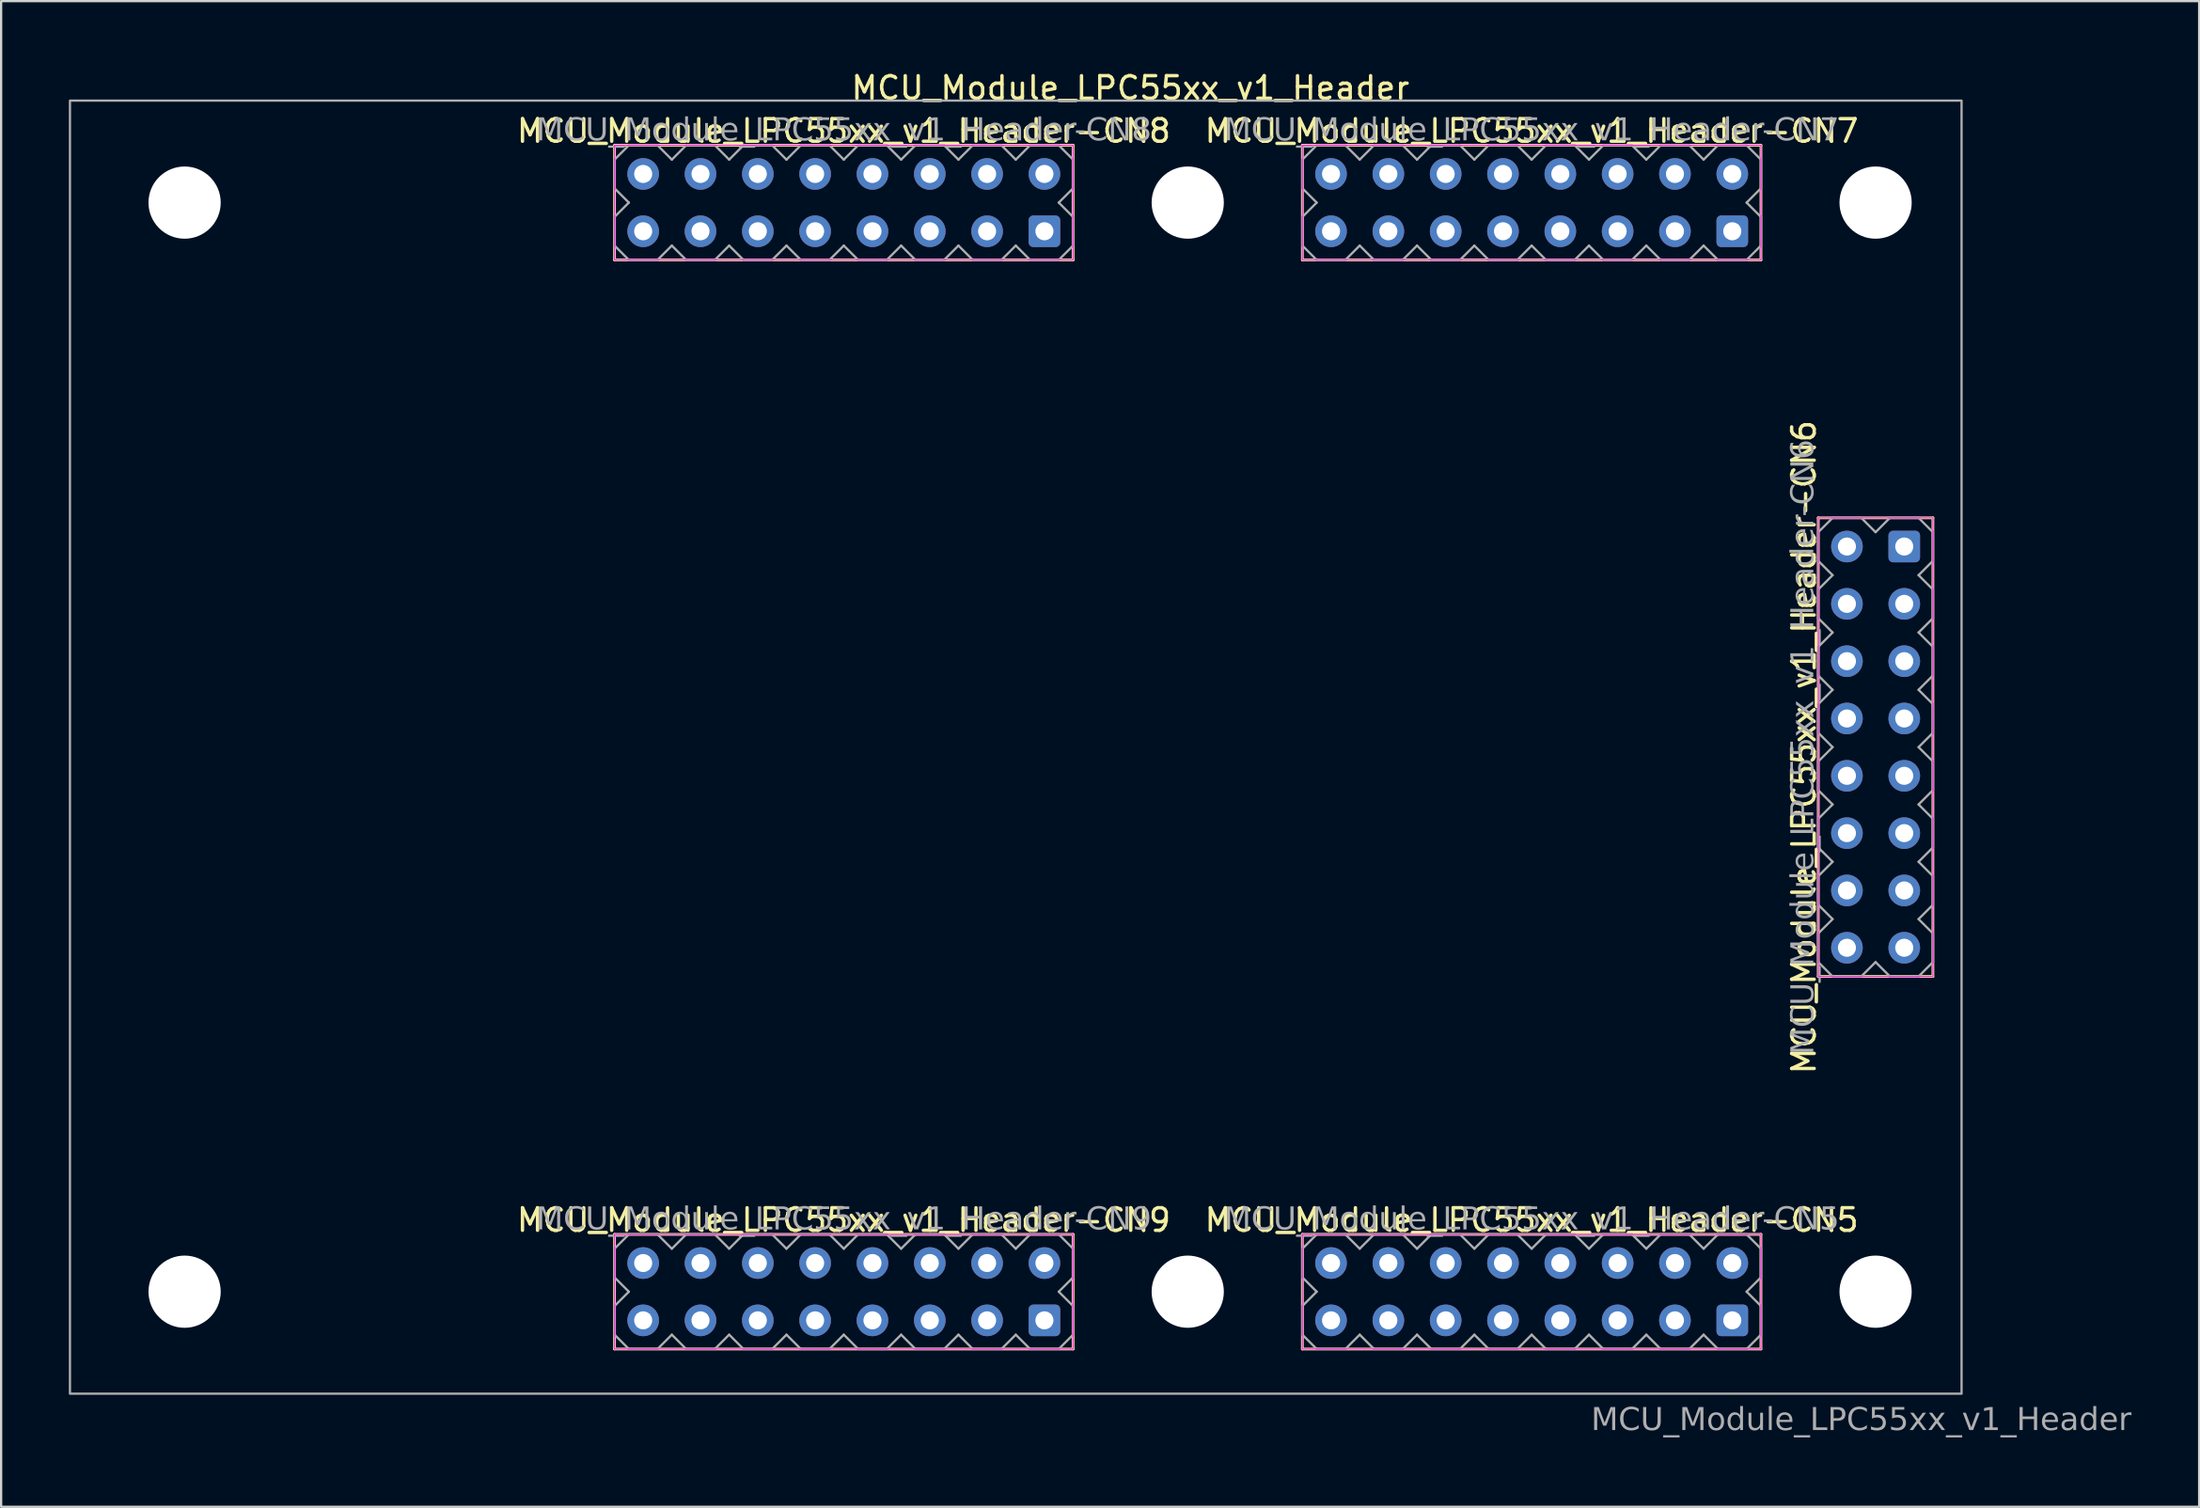
<source format=kicad_pcb>
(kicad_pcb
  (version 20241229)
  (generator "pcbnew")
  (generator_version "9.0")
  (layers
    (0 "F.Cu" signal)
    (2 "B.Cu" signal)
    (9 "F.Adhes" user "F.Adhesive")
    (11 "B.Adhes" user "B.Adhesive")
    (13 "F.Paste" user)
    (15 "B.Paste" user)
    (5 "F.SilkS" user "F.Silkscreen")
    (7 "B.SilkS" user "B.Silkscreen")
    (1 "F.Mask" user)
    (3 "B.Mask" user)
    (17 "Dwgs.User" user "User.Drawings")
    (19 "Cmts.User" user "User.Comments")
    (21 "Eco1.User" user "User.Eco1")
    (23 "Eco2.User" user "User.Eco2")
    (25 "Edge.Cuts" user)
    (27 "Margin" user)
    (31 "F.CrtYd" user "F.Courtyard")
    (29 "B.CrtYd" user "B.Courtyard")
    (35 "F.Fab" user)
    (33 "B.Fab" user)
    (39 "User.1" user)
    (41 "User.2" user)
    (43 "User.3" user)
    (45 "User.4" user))
  (footprint "MCU_Module_LPC55xx_v1_Header"
    (layer "F.Cu")
    (at 49.58 30.058)
    (property "Reference" "MCU_Module_LPC55xx_v1_Header" (at -2.54 -29.21 0) (layer "F.SilkS") (effects (font (size 1 1) (thickness 0.15))))
    (attr through_hole allow_missing_courtyard)
    (fp_line (start -25.4 -26.67) (end -25.4 -21.59) (stroke (width 0.12) (type solid)) (layer "F.SilkS"))
    (fp_line (start -25.4 -26.67) (end -5.08 -26.67) (stroke (width 0.12) (type solid)) (layer "F.SilkS"))
    (fp_line (start -25.4 -21.59) (end -5.08 -21.59) (stroke (width 0.12) (type solid)) (layer "F.SilkS"))
    (fp_line (start -25.4 21.59) (end -25.4 26.67) (stroke (width 0.12) (type solid)) (layer "F.SilkS"))
    (fp_line (start -25.4 21.59) (end -5.08 21.59) (stroke (width 0.12) (type solid)) (layer "F.SilkS"))
    (fp_line (start -25.4 26.67) (end -5.08 26.67) (stroke (width 0.12) (type solid)) (layer "F.SilkS"))
    (fp_line (start -5.08 -26.67) (end -5.08 -21.59) (stroke (width 0.12) (type solid)) (layer "F.SilkS"))
    (fp_line (start -5.08 21.59) (end -5.08 26.67) (stroke (width 0.12) (type solid)) (layer "F.SilkS"))
    (fp_line (start 5.08 -26.67) (end 5.08 -21.59) (stroke (width 0.12) (type solid)) (layer "F.SilkS"))
    (fp_line (start 5.08 -26.67) (end 25.4 -26.67) (stroke (width 0.12) (type solid)) (layer "F.SilkS"))
    (fp_line (start 5.08 -21.59) (end 25.4 -21.59) (stroke (width 0.12) (type solid)) (layer "F.SilkS"))
    (fp_line (start 5.08 21.59) (end 5.08 26.67) (stroke (width 0.12) (type solid)) (layer "F.SilkS"))
    (fp_line (start 5.08 21.59) (end 25.4 21.59) (stroke (width 0.12) (type solid)) (layer "F.SilkS"))
    (fp_line (start 5.08 26.67) (end 25.4 26.67) (stroke (width 0.12) (type solid)) (layer "F.SilkS"))
    (fp_line (start 25.4 -26.67) (end 25.4 -21.59) (stroke (width 0.12) (type solid)) (layer "F.SilkS"))
    (fp_line (start 25.4 21.59) (end 25.4 26.67) (stroke (width 0.12) (type solid)) (layer "F.SilkS"))
    (fp_line (start 27.94 -10.16) (end 33.02 -10.16) (stroke (width 0.12) (type solid)) (layer "F.SilkS"))
    (fp_line (start 27.94 10.16) (end 27.94 -10.16) (stroke (width 0.12) (type solid)) (layer "F.SilkS"))
    (fp_line (start 27.94 10.16) (end 33.02 10.16) (stroke (width 0.12) (type solid)) (layer "F.SilkS"))
    (fp_line (start 33.02 10.16) (end 33.02 -10.16) (stroke (width 0.12) (type solid)) (layer "F.SilkS"))
    (fp_line (start -25.4 -26.67) (end -25.4 -21.59) (stroke (width 0.05) (type solid)) (layer "F.CrtYd"))
    (fp_line (start -25.4 -26.67) (end -5.08 -26.67) (stroke (width 0.05) (type solid)) (layer "F.CrtYd"))
    (fp_line (start -25.4 -21.59) (end -5.08 -21.59) (stroke (width 0.05) (type solid)) (layer "F.CrtYd"))
    (fp_line (start -25.4 21.59) (end -25.4 26.67) (stroke (width 0.05) (type solid)) (layer "F.CrtYd"))
    (fp_line (start -25.4 21.59) (end -5.08 21.59) (stroke (width 0.05) (type solid)) (layer "F.CrtYd"))
    (fp_line (start -25.4 26.67) (end -5.08 26.67) (stroke (width 0.05) (type solid)) (layer "F.CrtYd"))
    (fp_line (start -5.08 -26.67) (end -5.08 -21.59) (stroke (width 0.05) (type solid)) (layer "F.CrtYd"))
    (fp_line (start -5.08 21.59) (end -5.08 26.67) (stroke (width 0.05) (type solid)) (layer "F.CrtYd"))
    (fp_line (start 5.08 -26.67) (end 5.08 -21.59) (stroke (width 0.05) (type solid)) (layer "F.CrtYd"))
    (fp_line (start 5.08 -26.67) (end 25.4 -26.67) (stroke (width 0.05) (type solid)) (layer "F.CrtYd"))
    (fp_line (start 5.08 -21.59) (end 25.4 -21.59) (stroke (width 0.05) (type solid)) (layer "F.CrtYd"))
    (fp_line (start 5.08 21.59) (end 5.08 26.67) (stroke (width 0.05) (type solid)) (layer "F.CrtYd"))
    (fp_line (start 5.08 21.59) (end 25.4 21.59) (stroke (width 0.05) (type solid)) (layer "F.CrtYd"))
    (fp_line (start 5.08 26.67) (end 25.4 26.67) (stroke (width 0.05) (type solid)) (layer "F.CrtYd"))
    (fp_line (start 25.4 -26.67) (end 25.4 -21.59) (stroke (width 0.05) (type solid)) (layer "F.CrtYd"))
    (fp_line (start 25.4 21.59) (end 25.4 26.67) (stroke (width 0.05) (type solid)) (layer "F.CrtYd"))
    (fp_line (start 27.94 -10.16) (end 33.02 -10.16) (stroke (width 0.05) (type solid)) (layer "F.CrtYd"))
    (fp_line (start 27.94 10.16) (end 27.94 -10.16) (stroke (width 0.05) (type solid)) (layer "F.CrtYd"))
    (fp_line (start 27.94 10.16) (end 33.02 10.16) (stroke (width 0.05) (type solid)) (layer "F.CrtYd"))
    (fp_line (start 33.02 10.16) (end 33.02 -10.16) (stroke (width 0.05) (type solid)) (layer "F.CrtYd"))
    (fp_line (start -25.4 -26.035) (end -24.765 -26.67) (stroke (width 0.1) (type solid)) (layer "F.Fab"))
    (fp_line (start -25.4 -24.765) (end -25.4 -26.035) (stroke (width 0.1) (type solid)) (layer "F.Fab"))
    (fp_line (start -25.4 -23.495) (end -24.765 -24.13) (stroke (width 0.1) (type solid)) (layer "F.Fab"))
    (fp_line (start -25.4 -22.225) (end -25.4 -23.495) (stroke (width 0.1) (type solid)) (layer "F.Fab"))
    (fp_line (start -25.4 22.225) (end -24.765 21.59) (stroke (width 0.1) (type solid)) (layer "F.Fab"))
    (fp_line (start -25.4 23.495) (end -25.4 22.225) (stroke (width 0.1) (type solid)) (layer "F.Fab"))
    (fp_line (start -25.4 24.765) (end -24.765 24.13) (stroke (width 0.1) (type solid)) (layer "F.Fab"))
    (fp_line (start -25.4 26.035) (end -25.4 24.765) (stroke (width 0.1) (type solid)) (layer "F.Fab"))
    (fp_line (start -24.765 -26.67) (end -23.495 -26.67) (stroke (width 0.1) (type solid)) (layer "F.Fab"))
    (fp_line (start -24.765 -24.13) (end -25.4 -24.765) (stroke (width 0.1) (type solid)) (layer "F.Fab"))
    (fp_line (start -24.765 -21.59) (end -25.4 -22.225) (stroke (width 0.1) (type solid)) (layer "F.Fab"))
    (fp_line (start -24.765 21.59) (end -23.495 21.59) (stroke (width 0.1) (type solid)) (layer "F.Fab"))
    (fp_line (start -24.765 24.13) (end -25.4 23.495) (stroke (width 0.1) (type solid)) (layer "F.Fab"))
    (fp_line (start -24.765 26.67) (end -25.4 26.035) (stroke (width 0.1) (type solid)) (layer "F.Fab"))
    (fp_line (start -23.495 -26.67) (end -22.86 -26.035) (stroke (width 0.1) (type solid)) (layer "F.Fab"))
    (fp_line (start -23.495 -21.59) (end -24.765 -21.59) (stroke (width 0.1) (type solid)) (layer "F.Fab"))
    (fp_line (start -23.495 21.59) (end -22.86 22.225) (stroke (width 0.1) (type solid)) (layer "F.Fab"))
    (fp_line (start -23.495 26.67) (end -24.765 26.67) (stroke (width 0.1) (type solid)) (layer "F.Fab"))
    (fp_line (start -22.86 -26.035) (end -22.225 -26.67) (stroke (width 0.1) (type solid)) (layer "F.Fab"))
    (fp_line (start -22.86 -22.225) (end -23.495 -21.59) (stroke (width 0.1) (type solid)) (layer "F.Fab"))
    (fp_line (start -22.86 22.225) (end -22.225 21.59) (stroke (width 0.1) (type solid)) (layer "F.Fab"))
    (fp_line (start -22.86 26.035) (end -23.495 26.67) (stroke (width 0.1) (type solid)) (layer "F.Fab"))
    (fp_line (start -22.225 -26.67) (end -20.955 -26.67) (stroke (width 0.1) (type solid)) (layer "F.Fab"))
    (fp_line (start -22.225 -21.59) (end -22.86 -22.225) (stroke (width 0.1) (type solid)) (layer "F.Fab"))
    (fp_line (start -22.225 21.59) (end -20.955 21.59) (stroke (width 0.1) (type solid)) (layer "F.Fab"))
    (fp_line (start -22.225 26.67) (end -22.86 26.035) (stroke (width 0.1) (type solid)) (layer "F.Fab"))
    (fp_line (start -20.955 -26.67) (end -20.32 -26.035) (stroke (width 0.1) (type solid)) (layer "F.Fab"))
    (fp_line (start -20.955 -21.59) (end -22.225 -21.59) (stroke (width 0.1) (type solid)) (layer "F.Fab"))
    (fp_line (start -20.955 21.59) (end -20.32 22.225) (stroke (width 0.1) (type solid)) (layer "F.Fab"))
    (fp_line (start -20.955 26.67) (end -22.225 26.67) (stroke (width 0.1) (type solid)) (layer "F.Fab"))
    (fp_line (start -20.32 -26.035) (end -19.685 -26.67) (stroke (width 0.1) (type solid)) (layer "F.Fab"))
    (fp_line (start -20.32 -22.225) (end -20.955 -21.59) (stroke (width 0.1) (type solid)) (layer "F.Fab"))
    (fp_line (start -20.32 22.225) (end -19.685 21.59) (stroke (width 0.1) (type solid)) (layer "F.Fab"))
    (fp_line (start -20.32 26.035) (end -20.955 26.67) (stroke (width 0.1) (type solid)) (layer "F.Fab"))
    (fp_line (start -19.685 -26.67) (end -18.415 -26.67) (stroke (width 0.1) (type solid)) (layer "F.Fab"))
    (fp_line (start -19.685 -21.59) (end -20.32 -22.225) (stroke (width 0.1) (type solid)) (layer "F.Fab"))
    (fp_line (start -19.685 21.59) (end -18.415 21.59) (stroke (width 0.1) (type solid)) (layer "F.Fab"))
    (fp_line (start -19.685 26.67) (end -20.32 26.035) (stroke (width 0.1) (type solid)) (layer "F.Fab"))
    (fp_line (start -18.415 -26.67) (end -17.78 -26.035) (stroke (width 0.1) (type solid)) (layer "F.Fab"))
    (fp_line (start -18.415 -21.59) (end -19.685 -21.59) (stroke (width 0.1) (type solid)) (layer "F.Fab"))
    (fp_line (start -18.415 21.59) (end -17.78 22.225) (stroke (width 0.1) (type solid)) (layer "F.Fab"))
    (fp_line (start -18.415 26.67) (end -19.685 26.67) (stroke (width 0.1) (type solid)) (layer "F.Fab"))
    (fp_line (start -17.78 -26.035) (end -17.145 -26.67) (stroke (width 0.1) (type solid)) (layer "F.Fab"))
    (fp_line (start -17.78 -22.225) (end -18.415 -21.59) (stroke (width 0.1) (type solid)) (layer "F.Fab"))
    (fp_line (start -17.78 22.225) (end -17.145 21.59) (stroke (width 0.1) (type solid)) (layer "F.Fab"))
    (fp_line (start -17.78 26.035) (end -18.415 26.67) (stroke (width 0.1) (type solid)) (layer "F.Fab"))
    (fp_line (start -17.145 -26.67) (end -15.875 -26.67) (stroke (width 0.1) (type solid)) (layer "F.Fab"))
    (fp_line (start -17.145 -21.59) (end -17.78 -22.225) (stroke (width 0.1) (type solid)) (layer "F.Fab"))
    (fp_line (start -17.145 21.59) (end -15.875 21.59) (stroke (width 0.1) (type solid)) (layer "F.Fab"))
    (fp_line (start -17.145 26.67) (end -17.78 26.035) (stroke (width 0.1) (type solid)) (layer "F.Fab"))
    (fp_line (start -15.875 -26.67) (end -15.24 -26.035) (stroke (width 0.1) (type solid)) (layer "F.Fab"))
    (fp_line (start -15.875 -21.59) (end -17.145 -21.59) (stroke (width 0.1) (type solid)) (layer "F.Fab"))
    (fp_line (start -15.875 21.59) (end -15.24 22.225) (stroke (width 0.1) (type solid)) (layer "F.Fab"))
    (fp_line (start -15.875 26.67) (end -17.145 26.67) (stroke (width 0.1) (type solid)) (layer "F.Fab"))
    (fp_line (start -15.24 -26.035) (end -14.605 -26.67) (stroke (width 0.1) (type solid)) (layer "F.Fab"))
    (fp_line (start -15.24 -22.225) (end -15.875 -21.59) (stroke (width 0.1) (type solid)) (layer "F.Fab"))
    (fp_line (start -15.24 22.225) (end -14.605 21.59) (stroke (width 0.1) (type solid)) (layer "F.Fab"))
    (fp_line (start -15.24 26.035) (end -15.875 26.67) (stroke (width 0.1) (type solid)) (layer "F.Fab"))
    (fp_line (start -14.605 -26.67) (end -13.335 -26.67) (stroke (width 0.1) (type solid)) (layer "F.Fab"))
    (fp_line (start -14.605 -21.59) (end -15.24 -22.225) (stroke (width 0.1) (type solid)) (layer "F.Fab"))
    (fp_line (start -14.605 21.59) (end -13.335 21.59) (stroke (width 0.1) (type solid)) (layer "F.Fab"))
    (fp_line (start -14.605 26.67) (end -15.24 26.035) (stroke (width 0.1) (type solid)) (layer "F.Fab"))
    (fp_line (start -13.335 -26.67) (end -12.7 -26.035) (stroke (width 0.1) (type solid)) (layer "F.Fab"))
    (fp_line (start -13.335 -21.59) (end -14.605 -21.59) (stroke (width 0.1) (type solid)) (layer "F.Fab"))
    (fp_line (start -13.335 21.59) (end -12.7 22.225) (stroke (width 0.1) (type solid)) (layer "F.Fab"))
    (fp_line (start -13.335 26.67) (end -14.605 26.67) (stroke (width 0.1) (type solid)) (layer "F.Fab"))
    (fp_line (start -12.7 -26.035) (end -12.065 -26.67) (stroke (width 0.1) (type solid)) (layer "F.Fab"))
    (fp_line (start -12.7 -22.225) (end -13.335 -21.59) (stroke (width 0.1) (type solid)) (layer "F.Fab"))
    (fp_line (start -12.7 22.225) (end -12.065 21.59) (stroke (width 0.1) (type solid)) (layer "F.Fab"))
    (fp_line (start -12.7 26.035) (end -13.335 26.67) (stroke (width 0.1) (type solid)) (layer "F.Fab"))
    (fp_line (start -12.065 -26.67) (end -10.795 -26.67) (stroke (width 0.1) (type solid)) (layer "F.Fab"))
    (fp_line (start -12.065 -21.59) (end -12.7 -22.225) (stroke (width 0.1) (type solid)) (layer "F.Fab"))
    (fp_line (start -12.065 21.59) (end -10.795 21.59) (stroke (width 0.1) (type solid)) (layer "F.Fab"))
    (fp_line (start -12.065 26.67) (end -12.7 26.035) (stroke (width 0.1) (type solid)) (layer "F.Fab"))
    (fp_line (start -10.795 -26.67) (end -10.16 -26.035) (stroke (width 0.1) (type solid)) (layer "F.Fab"))
    (fp_line (start -10.795 -21.59) (end -12.065 -21.59) (stroke (width 0.1) (type solid)) (layer "F.Fab"))
    (fp_line (start -10.795 21.59) (end -10.16 22.225) (stroke (width 0.1) (type solid)) (layer "F.Fab"))
    (fp_line (start -10.795 26.67) (end -12.065 26.67) (stroke (width 0.1) (type solid)) (layer "F.Fab"))
    (fp_line (start -10.16 -26.035) (end -9.525 -26.67) (stroke (width 0.1) (type solid)) (layer "F.Fab"))
    (fp_line (start -10.16 -22.225) (end -10.795 -21.59) (stroke (width 0.1) (type solid)) (layer "F.Fab"))
    (fp_line (start -10.16 22.225) (end -9.525 21.59) (stroke (width 0.1) (type solid)) (layer "F.Fab"))
    (fp_line (start -10.16 26.035) (end -10.795 26.67) (stroke (width 0.1) (type solid)) (layer "F.Fab"))
    (fp_line (start -9.525 -26.67) (end -8.255 -26.67) (stroke (width 0.1) (type solid)) (layer "F.Fab"))
    (fp_line (start -9.525 -21.59) (end -10.16 -22.225) (stroke (width 0.1) (type solid)) (layer "F.Fab"))
    (fp_line (start -9.525 21.59) (end -8.255 21.59) (stroke (width 0.1) (type solid)) (layer "F.Fab"))
    (fp_line (start -9.525 26.67) (end -10.16 26.035) (stroke (width 0.1) (type solid)) (layer "F.Fab"))
    (fp_line (start -8.255 -26.67) (end -7.62 -26.035) (stroke (width 0.1) (type solid)) (layer "F.Fab"))
    (fp_line (start -8.255 -21.59) (end -9.525 -21.59) (stroke (width 0.1) (type solid)) (layer "F.Fab"))
    (fp_line (start -8.255 21.59) (end -7.62 22.225) (stroke (width 0.1) (type solid)) (layer "F.Fab"))
    (fp_line (start -8.255 26.67) (end -9.525 26.67) (stroke (width 0.1) (type solid)) (layer "F.Fab"))
    (fp_line (start -7.62 -26.035) (end -6.985 -26.67) (stroke (width 0.1) (type solid)) (layer "F.Fab"))
    (fp_line (start -7.62 -22.225) (end -8.255 -21.59) (stroke (width 0.1) (type solid)) (layer "F.Fab"))
    (fp_line (start -7.62 22.225) (end -6.985 21.59) (stroke (width 0.1) (type solid)) (layer "F.Fab"))
    (fp_line (start -7.62 26.035) (end -8.255 26.67) (stroke (width 0.1) (type solid)) (layer "F.Fab"))
    (fp_line (start -6.985 -26.67) (end -5.715 -26.67) (stroke (width 0.1) (type solid)) (layer "F.Fab"))
    (fp_line (start -6.985 -21.59) (end -7.62 -22.225) (stroke (width 0.1) (type solid)) (layer "F.Fab"))
    (fp_line (start -6.985 21.59) (end -5.715 21.59) (stroke (width 0.1) (type solid)) (layer "F.Fab"))
    (fp_line (start -6.985 26.67) (end -7.62 26.035) (stroke (width 0.1) (type solid)) (layer "F.Fab"))
    (fp_line (start -5.715 -26.67) (end -5.08 -26.035) (stroke (width 0.1) (type solid)) (layer "F.Fab"))
    (fp_line (start -5.715 -24.13) (end -5.08 -23.495) (stroke (width 0.1) (type solid)) (layer "F.Fab"))
    (fp_line (start -5.715 -21.59) (end -6.985 -21.59) (stroke (width 0.1) (type solid)) (layer "F.Fab"))
    (fp_line (start -5.715 21.59) (end -5.08 22.225) (stroke (width 0.1) (type solid)) (layer "F.Fab"))
    (fp_line (start -5.715 24.13) (end -5.08 24.765) (stroke (width 0.1) (type solid)) (layer "F.Fab"))
    (fp_line (start -5.715 26.67) (end -6.985 26.67) (stroke (width 0.1) (type solid)) (layer "F.Fab"))
    (fp_line (start -5.08 -26.035) (end -5.08 -24.765) (stroke (width 0.1) (type solid)) (layer "F.Fab"))
    (fp_line (start -5.08 -24.765) (end -5.715 -24.13) (stroke (width 0.1) (type solid)) (layer "F.Fab"))
    (fp_line (start -5.08 -22.225) (end -5.715 -21.59) (stroke (width 0.1) (type solid)) (layer "F.Fab"))
    (fp_line (start -5.08 -22.225) (end -5.08 -23.495) (stroke (width 0.1) (type solid)) (layer "F.Fab"))
    (fp_line (start -5.08 22.225) (end -5.08 23.495) (stroke (width 0.1) (type solid)) (layer "F.Fab"))
    (fp_line (start -5.08 23.495) (end -5.715 24.13) (stroke (width 0.1) (type solid)) (layer "F.Fab"))
    (fp_line (start -5.08 26.035) (end -5.715 26.67) (stroke (width 0.1) (type solid)) (layer "F.Fab"))
    (fp_line (start -5.08 26.035) (end -5.08 24.765) (stroke (width 0.1) (type solid)) (layer "F.Fab"))
    (fp_line (start 5.08 -26.035) (end 5.715 -26.67) (stroke (width 0.1) (type solid)) (layer "F.Fab"))
    (fp_line (start 5.08 -24.765) (end 5.08 -26.035) (stroke (width 0.1) (type solid)) (layer "F.Fab"))
    (fp_line (start 5.08 -23.495) (end 5.715 -24.13) (stroke (width 0.1) (type solid)) (layer "F.Fab"))
    (fp_line (start 5.08 -22.225) (end 5.08 -23.495) (stroke (width 0.1) (type solid)) (layer "F.Fab"))
    (fp_line (start 5.08 22.225) (end 5.715 21.59) (stroke (width 0.1) (type solid)) (layer "F.Fab"))
    (fp_line (start 5.08 23.495) (end 5.08 22.225) (stroke (width 0.1) (type solid)) (layer "F.Fab"))
    (fp_line (start 5.08 24.765) (end 5.715 24.13) (stroke (width 0.1) (type solid)) (layer "F.Fab"))
    (fp_line (start 5.08 26.035) (end 5.08 24.765) (stroke (width 0.1) (type solid)) (layer "F.Fab"))
    (fp_line (start 5.715 -26.67) (end 6.985 -26.67) (stroke (width 0.1) (type solid)) (layer "F.Fab"))
    (fp_line (start 5.715 -24.13) (end 5.08 -24.765) (stroke (width 0.1) (type solid)) (layer "F.Fab"))
    (fp_line (start 5.715 -21.59) (end 5.08 -22.225) (stroke (width 0.1) (type solid)) (layer "F.Fab"))
    (fp_line (start 5.715 21.59) (end 6.985 21.59) (stroke (width 0.1) (type solid)) (layer "F.Fab"))
    (fp_line (start 5.715 24.13) (end 5.08 23.495) (stroke (width 0.1) (type solid)) (layer "F.Fab"))
    (fp_line (start 5.715 26.67) (end 5.08 26.035) (stroke (width 0.1) (type solid)) (layer "F.Fab"))
    (fp_line (start 6.985 -26.67) (end 7.62 -26.035) (stroke (width 0.1) (type solid)) (layer "F.Fab"))
    (fp_line (start 6.985 -21.59) (end 5.715 -21.59) (stroke (width 0.1) (type solid)) (layer "F.Fab"))
    (fp_line (start 6.985 21.59) (end 7.62 22.225) (stroke (width 0.1) (type solid)) (layer "F.Fab"))
    (fp_line (start 6.985 26.67) (end 5.715 26.67) (stroke (width 0.1) (type solid)) (layer "F.Fab"))
    (fp_line (start 7.62 -26.035) (end 8.255 -26.67) (stroke (width 0.1) (type solid)) (layer "F.Fab"))
    (fp_line (start 7.62 -22.225) (end 6.985 -21.59) (stroke (width 0.1) (type solid)) (layer "F.Fab"))
    (fp_line (start 7.62 22.225) (end 8.255 21.59) (stroke (width 0.1) (type solid)) (layer "F.Fab"))
    (fp_line (start 7.62 26.035) (end 6.985 26.67) (stroke (width 0.1) (type solid)) (layer "F.Fab"))
    (fp_line (start 8.255 -26.67) (end 9.525 -26.67) (stroke (width 0.1) (type solid)) (layer "F.Fab"))
    (fp_line (start 8.255 -21.59) (end 7.62 -22.225) (stroke (width 0.1) (type solid)) (layer "F.Fab"))
    (fp_line (start 8.255 21.59) (end 9.525 21.59) (stroke (width 0.1) (type solid)) (layer "F.Fab"))
    (fp_line (start 8.255 26.67) (end 7.62 26.035) (stroke (width 0.1) (type solid)) (layer "F.Fab"))
    (fp_line (start 9.525 -26.67) (end 10.16 -26.035) (stroke (width 0.1) (type solid)) (layer "F.Fab"))
    (fp_line (start 9.525 -21.59) (end 8.255 -21.59) (stroke (width 0.1) (type solid)) (layer "F.Fab"))
    (fp_line (start 9.525 21.59) (end 10.16 22.225) (stroke (width 0.1) (type solid)) (layer "F.Fab"))
    (fp_line (start 9.525 26.67) (end 8.255 26.67) (stroke (width 0.1) (type solid)) (layer "F.Fab"))
    (fp_line (start 10.16 -26.035) (end 10.795 -26.67) (stroke (width 0.1) (type solid)) (layer "F.Fab"))
    (fp_line (start 10.16 -22.225) (end 9.525 -21.59) (stroke (width 0.1) (type solid)) (layer "F.Fab"))
    (fp_line (start 10.16 22.225) (end 10.795 21.59) (stroke (width 0.1) (type solid)) (layer "F.Fab"))
    (fp_line (start 10.16 26.035) (end 9.525 26.67) (stroke (width 0.1) (type solid)) (layer "F.Fab"))
    (fp_line (start 10.795 -26.67) (end 12.065 -26.67) (stroke (width 0.1) (type solid)) (layer "F.Fab"))
    (fp_line (start 10.795 -21.59) (end 10.16 -22.225) (stroke (width 0.1) (type solid)) (layer "F.Fab"))
    (fp_line (start 10.795 21.59) (end 12.065 21.59) (stroke (width 0.1) (type solid)) (layer "F.Fab"))
    (fp_line (start 10.795 26.67) (end 10.16 26.035) (stroke (width 0.1) (type solid)) (layer "F.Fab"))
    (fp_line (start 12.065 -26.67) (end 12.7 -26.035) (stroke (width 0.1) (type solid)) (layer "F.Fab"))
    (fp_line (start 12.065 -21.59) (end 10.795 -21.59) (stroke (width 0.1) (type solid)) (layer "F.Fab"))
    (fp_line (start 12.065 21.59) (end 12.7 22.225) (stroke (width 0.1) (type solid)) (layer "F.Fab"))
    (fp_line (start 12.065 26.67) (end 10.795 26.67) (stroke (width 0.1) (type solid)) (layer "F.Fab"))
    (fp_line (start 12.7 -26.035) (end 13.335 -26.67) (stroke (width 0.1) (type solid)) (layer "F.Fab"))
    (fp_line (start 12.7 -22.225) (end 12.065 -21.59) (stroke (width 0.1) (type solid)) (layer "F.Fab"))
    (fp_line (start 12.7 22.225) (end 13.335 21.59) (stroke (width 0.1) (type solid)) (layer "F.Fab"))
    (fp_line (start 12.7 26.035) (end 12.065 26.67) (stroke (width 0.1) (type solid)) (layer "F.Fab"))
    (fp_line (start 13.335 -26.67) (end 14.605 -26.67) (stroke (width 0.1) (type solid)) (layer "F.Fab"))
    (fp_line (start 13.335 -21.59) (end 12.7 -22.225) (stroke (width 0.1) (type solid)) (layer "F.Fab"))
    (fp_line (start 13.335 21.59) (end 14.605 21.59) (stroke (width 0.1) (type solid)) (layer "F.Fab"))
    (fp_line (start 13.335 26.67) (end 12.7 26.035) (stroke (width 0.1) (type solid)) (layer "F.Fab"))
    (fp_line (start 14.605 -26.67) (end 15.24 -26.035) (stroke (width 0.1) (type solid)) (layer "F.Fab"))
    (fp_line (start 14.605 -21.59) (end 13.335 -21.59) (stroke (width 0.1) (type solid)) (layer "F.Fab"))
    (fp_line (start 14.605 21.59) (end 15.24 22.225) (stroke (width 0.1) (type solid)) (layer "F.Fab"))
    (fp_line (start 14.605 26.67) (end 13.335 26.67) (stroke (width 0.1) (type solid)) (layer "F.Fab"))
    (fp_line (start 15.24 -26.035) (end 15.875 -26.67) (stroke (width 0.1) (type solid)) (layer "F.Fab"))
    (fp_line (start 15.24 -22.225) (end 14.605 -21.59) (stroke (width 0.1) (type solid)) (layer "F.Fab"))
    (fp_line (start 15.24 22.225) (end 15.875 21.59) (stroke (width 0.1) (type solid)) (layer "F.Fab"))
    (fp_line (start 15.24 26.035) (end 14.605 26.67) (stroke (width 0.1) (type solid)) (layer "F.Fab"))
    (fp_line (start 15.875 -26.67) (end 17.145 -26.67) (stroke (width 0.1) (type solid)) (layer "F.Fab"))
    (fp_line (start 15.875 -21.59) (end 15.24 -22.225) (stroke (width 0.1) (type solid)) (layer "F.Fab"))
    (fp_line (start 15.875 21.59) (end 17.145 21.59) (stroke (width 0.1) (type solid)) (layer "F.Fab"))
    (fp_line (start 15.875 26.67) (end 15.24 26.035) (stroke (width 0.1) (type solid)) (layer "F.Fab"))
    (fp_line (start 17.145 -26.67) (end 17.78 -26.035) (stroke (width 0.1) (type solid)) (layer "F.Fab"))
    (fp_line (start 17.145 -21.59) (end 15.875 -21.59) (stroke (width 0.1) (type solid)) (layer "F.Fab"))
    (fp_line (start 17.145 21.59) (end 17.78 22.225) (stroke (width 0.1) (type solid)) (layer "F.Fab"))
    (fp_line (start 17.145 26.67) (end 15.875 26.67) (stroke (width 0.1) (type solid)) (layer "F.Fab"))
    (fp_line (start 17.78 -26.035) (end 18.415 -26.67) (stroke (width 0.1) (type solid)) (layer "F.Fab"))
    (fp_line (start 17.78 -22.225) (end 17.145 -21.59) (stroke (width 0.1) (type solid)) (layer "F.Fab"))
    (fp_line (start 17.78 22.225) (end 18.415 21.59) (stroke (width 0.1) (type solid)) (layer "F.Fab"))
    (fp_line (start 17.78 26.035) (end 17.145 26.67) (stroke (width 0.1) (type solid)) (layer "F.Fab"))
    (fp_line (start 18.415 -26.67) (end 19.685 -26.67) (stroke (width 0.1) (type solid)) (layer "F.Fab"))
    (fp_line (start 18.415 -21.59) (end 17.78 -22.225) (stroke (width 0.1) (type solid)) (layer "F.Fab"))
    (fp_line (start 18.415 21.59) (end 19.685 21.59) (stroke (width 0.1) (type solid)) (layer "F.Fab"))
    (fp_line (start 18.415 26.67) (end 17.78 26.035) (stroke (width 0.1) (type solid)) (layer "F.Fab"))
    (fp_line (start 19.685 -26.67) (end 20.32 -26.035) (stroke (width 0.1) (type solid)) (layer "F.Fab"))
    (fp_line (start 19.685 -21.59) (end 18.415 -21.59) (stroke (width 0.1) (type solid)) (layer "F.Fab"))
    (fp_line (start 19.685 21.59) (end 20.32 22.225) (stroke (width 0.1) (type solid)) (layer "F.Fab"))
    (fp_line (start 19.685 26.67) (end 18.415 26.67) (stroke (width 0.1) (type solid)) (layer "F.Fab"))
    (fp_line (start 20.32 -26.035) (end 20.955 -26.67) (stroke (width 0.1) (type solid)) (layer "F.Fab"))
    (fp_line (start 20.32 -22.225) (end 19.685 -21.59) (stroke (width 0.1) (type solid)) (layer "F.Fab"))
    (fp_line (start 20.32 22.225) (end 20.955 21.59) (stroke (width 0.1) (type solid)) (layer "F.Fab"))
    (fp_line (start 20.32 26.035) (end 19.685 26.67) (stroke (width 0.1) (type solid)) (layer "F.Fab"))
    (fp_line (start 20.955 -26.67) (end 22.225 -26.67) (stroke (width 0.1) (type solid)) (layer "F.Fab"))
    (fp_line (start 20.955 -21.59) (end 20.32 -22.225) (stroke (width 0.1) (type solid)) (layer "F.Fab"))
    (fp_line (start 20.955 21.59) (end 22.225 21.59) (stroke (width 0.1) (type solid)) (layer "F.Fab"))
    (fp_line (start 20.955 26.67) (end 20.32 26.035) (stroke (width 0.1) (type solid)) (layer "F.Fab"))
    (fp_line (start 22.225 -26.67) (end 22.86 -26.035) (stroke (width 0.1) (type solid)) (layer "F.Fab"))
    (fp_line (start 22.225 -21.59) (end 20.955 -21.59) (stroke (width 0.1) (type solid)) (layer "F.Fab"))
    (fp_line (start 22.225 21.59) (end 22.86 22.225) (stroke (width 0.1) (type solid)) (layer "F.Fab"))
    (fp_line (start 22.225 26.67) (end 20.955 26.67) (stroke (width 0.1) (type solid)) (layer "F.Fab"))
    (fp_line (start 22.86 -26.035) (end 23.495 -26.67) (stroke (width 0.1) (type solid)) (layer "F.Fab"))
    (fp_line (start 22.86 -22.225) (end 22.225 -21.59) (stroke (width 0.1) (type solid)) (layer "F.Fab"))
    (fp_line (start 22.86 22.225) (end 23.495 21.59) (stroke (width 0.1) (type solid)) (layer "F.Fab"))
    (fp_line (start 22.86 26.035) (end 22.225 26.67) (stroke (width 0.1) (type solid)) (layer "F.Fab"))
    (fp_line (start 23.495 -26.67) (end 24.765 -26.67) (stroke (width 0.1) (type solid)) (layer "F.Fab"))
    (fp_line (start 23.495 -21.59) (end 22.86 -22.225) (stroke (width 0.1) (type solid)) (layer "F.Fab"))
    (fp_line (start 23.495 21.59) (end 24.765 21.59) (stroke (width 0.1) (type solid)) (layer "F.Fab"))
    (fp_line (start 23.495 26.67) (end 22.86 26.035) (stroke (width 0.1) (type solid)) (layer "F.Fab"))
    (fp_line (start 24.765 -26.67) (end 25.4 -26.035) (stroke (width 0.1) (type solid)) (layer "F.Fab"))
    (fp_line (start 24.765 -24.13) (end 25.4 -23.495) (stroke (width 0.1) (type solid)) (layer "F.Fab"))
    (fp_line (start 24.765 -21.59) (end 23.495 -21.59) (stroke (width 0.1) (type solid)) (layer "F.Fab"))
    (fp_line (start 24.765 21.59) (end 25.4 22.225) (stroke (width 0.1) (type solid)) (layer "F.Fab"))
    (fp_line (start 24.765 24.13) (end 25.4 24.765) (stroke (width 0.1) (type solid)) (layer "F.Fab"))
    (fp_line (start 24.765 26.67) (end 23.495 26.67) (stroke (width 0.1) (type solid)) (layer "F.Fab"))
    (fp_line (start 25.4 -26.035) (end 25.4 -24.765) (stroke (width 0.1) (type solid)) (layer "F.Fab"))
    (fp_line (start 25.4 -24.765) (end 24.765 -24.13) (stroke (width 0.1) (type solid)) (layer "F.Fab"))
    (fp_line (start 25.4 -22.225) (end 24.765 -21.59) (stroke (width 0.1) (type solid)) (layer "F.Fab"))
    (fp_line (start 25.4 -22.225) (end 25.4 -23.495) (stroke (width 0.1) (type solid)) (layer "F.Fab"))
    (fp_line (start 25.4 22.225) (end 25.4 23.495) (stroke (width 0.1) (type solid)) (layer "F.Fab"))
    (fp_line (start 25.4 23.495) (end 24.765 24.13) (stroke (width 0.1) (type solid)) (layer "F.Fab"))
    (fp_line (start 25.4 26.035) (end 24.765 26.67) (stroke (width 0.1) (type solid)) (layer "F.Fab"))
    (fp_line (start 25.4 26.035) (end 25.4 24.765) (stroke (width 0.1) (type solid)) (layer "F.Fab"))
    (fp_line (start 27.94 -9.525) (end 28.575 -10.16) (stroke (width 0.1) (type solid)) (layer "F.Fab"))
    (fp_line (start 27.94 -8.255) (end 27.94 -9.525) (stroke (width 0.1) (type solid)) (layer "F.Fab"))
    (fp_line (start 27.94 -6.985) (end 28.575 -7.62) (stroke (width 0.1) (type solid)) (layer "F.Fab"))
    (fp_line (start 27.94 -5.715) (end 27.94 -6.985) (stroke (width 0.1) (type solid)) (layer "F.Fab"))
    (fp_line (start 27.94 -4.445) (end 28.575 -5.08) (stroke (width 0.1) (type solid)) (layer "F.Fab"))
    (fp_line (start 27.94 -3.175) (end 27.94 -4.445) (stroke (width 0.1) (type solid)) (layer "F.Fab"))
    (fp_line (start 27.94 -1.905) (end 28.575 -2.54) (stroke (width 0.1) (type solid)) (layer "F.Fab"))
    (fp_line (start 27.94 -0.635) (end 27.94 -1.905) (stroke (width 0.1) (type solid)) (layer "F.Fab"))
    (fp_line (start 27.94 0.635) (end 28.575 0) (stroke (width 0.1) (type solid)) (layer "F.Fab"))
    (fp_line (start 27.94 1.905) (end 27.94 0.635) (stroke (width 0.1) (type solid)) (layer "F.Fab"))
    (fp_line (start 27.94 3.175) (end 28.575 2.54) (stroke (width 0.1) (type solid)) (layer "F.Fab"))
    (fp_line (start 27.94 4.445) (end 27.94 3.175) (stroke (width 0.1) (type solid)) (layer "F.Fab"))
    (fp_line (start 27.94 5.715) (end 28.575 5.08) (stroke (width 0.1) (type solid)) (layer "F.Fab"))
    (fp_line (start 27.94 6.985) (end 27.94 5.715) (stroke (width 0.1) (type solid)) (layer "F.Fab"))
    (fp_line (start 27.94 8.255) (end 28.575 7.62) (stroke (width 0.1) (type solid)) (layer "F.Fab"))
    (fp_line (start 27.94 9.525) (end 27.94 8.255) (stroke (width 0.1) (type solid)) (layer "F.Fab"))
    (fp_line (start 28.575 -10.16) (end 29.845 -10.16) (stroke (width 0.1) (type solid)) (layer "F.Fab"))
    (fp_line (start 28.575 -7.62) (end 27.94 -8.255) (stroke (width 0.1) (type solid)) (layer "F.Fab"))
    (fp_line (start 28.575 -5.08) (end 27.94 -5.715) (stroke (width 0.1) (type solid)) (layer "F.Fab"))
    (fp_line (start 28.575 -2.54) (end 27.94 -3.175) (stroke (width 0.1) (type solid)) (layer "F.Fab"))
    (fp_line (start 28.575 0) (end 27.94 -0.635) (stroke (width 0.1) (type solid)) (layer "F.Fab"))
    (fp_line (start 28.575 2.54) (end 27.94 1.905) (stroke (width 0.1) (type solid)) (layer "F.Fab"))
    (fp_line (start 28.575 5.08) (end 27.94 4.445) (stroke (width 0.1) (type solid)) (layer "F.Fab"))
    (fp_line (start 28.575 7.62) (end 27.94 6.985) (stroke (width 0.1) (type solid)) (layer "F.Fab"))
    (fp_line (start 28.575 10.16) (end 27.94 9.525) (stroke (width 0.1) (type solid)) (layer "F.Fab"))
    (fp_line (start 29.845 -10.16) (end 30.48 -9.525) (stroke (width 0.1) (type solid)) (layer "F.Fab"))
    (fp_line (start 29.845 10.16) (end 28.575 10.16) (stroke (width 0.1) (type solid)) (layer "F.Fab"))
    (fp_line (start 30.48 -9.525) (end 31.115 -10.16) (stroke (width 0.1) (type solid)) (layer "F.Fab"))
    (fp_line (start 30.48 9.525) (end 29.845 10.16) (stroke (width 0.1) (type solid)) (layer "F.Fab"))
    (fp_line (start 31.115 10.16) (end 30.48 9.525) (stroke (width 0.1) (type solid)) (layer "F.Fab"))
    (fp_line (start 32.385 -10.16) (end 31.115 -10.16) (stroke (width 0.1) (type solid)) (layer "F.Fab"))
    (fp_line (start 32.385 -10.16) (end 33.02 -9.525) (stroke (width 0.1) (type solid)) (layer "F.Fab"))
    (fp_line (start 32.385 -7.62) (end 33.02 -6.985) (stroke (width 0.1) (type solid)) (layer "F.Fab"))
    (fp_line (start 32.385 -5.08) (end 33.02 -4.445) (stroke (width 0.1) (type solid)) (layer "F.Fab"))
    (fp_line (start 32.385 -2.54) (end 33.02 -1.905) (stroke (width 0.1) (type solid)) (layer "F.Fab"))
    (fp_line (start 32.385 0) (end 33.02 0.635) (stroke (width 0.1) (type solid)) (layer "F.Fab"))
    (fp_line (start 32.385 2.54) (end 33.02 3.175) (stroke (width 0.1) (type solid)) (layer "F.Fab"))
    (fp_line (start 32.385 5.08) (end 33.02 5.715) (stroke (width 0.1) (type solid)) (layer "F.Fab"))
    (fp_line (start 32.385 7.62) (end 33.02 8.255) (stroke (width 0.1) (type solid)) (layer "F.Fab"))
    (fp_line (start 32.385 10.16) (end 31.115 10.16) (stroke (width 0.1) (type solid)) (layer "F.Fab"))
    (fp_line (start 33.02 -9.525) (end 33.02 -8.255) (stroke (width 0.1) (type solid)) (layer "F.Fab"))
    (fp_line (start 33.02 -8.255) (end 32.385 -7.62) (stroke (width 0.1) (type solid)) (layer "F.Fab"))
    (fp_line (start 33.02 -6.985) (end 33.02 -5.715) (stroke (width 0.1) (type solid)) (layer "F.Fab"))
    (fp_line (start 33.02 -5.715) (end 32.385 -5.08) (stroke (width 0.1) (type solid)) (layer "F.Fab"))
    (fp_line (start 33.02 -4.445) (end 33.02 -3.175) (stroke (width 0.1) (type solid)) (layer "F.Fab"))
    (fp_line (start 33.02 -3.175) (end 32.385 -2.54) (stroke (width 0.1) (type solid)) (layer "F.Fab"))
    (fp_line (start 33.02 -1.905) (end 33.02 -0.635) (stroke (width 0.1) (type solid)) (layer "F.Fab"))
    (fp_line (start 33.02 -0.635) (end 32.385 0) (stroke (width 0.1) (type solid)) (layer "F.Fab"))
    (fp_line (start 33.02 0.635) (end 33.02 1.905) (stroke (width 0.1) (type solid)) (layer "F.Fab"))
    (fp_line (start 33.02 1.905) (end 32.385 2.54) (stroke (width 0.1) (type solid)) (layer "F.Fab"))
    (fp_line (start 33.02 3.175) (end 33.02 4.445) (stroke (width 0.1) (type solid)) (layer "F.Fab"))
    (fp_line (start 33.02 4.445) (end 32.385 5.08) (stroke (width 0.1) (type solid)) (layer "F.Fab"))
    (fp_line (start 33.02 5.715) (end 33.02 6.985) (stroke (width 0.1) (type solid)) (layer "F.Fab"))
    (fp_line (start 33.02 6.985) (end 32.385 7.62) (stroke (width 0.1) (type solid)) (layer "F.Fab"))
    (fp_line (start 33.02 8.255) (end 33.02 9.525) (stroke (width 0.1) (type solid)) (layer "F.Fab"))
    (fp_line (start 33.02 9.525) (end 32.385 10.16) (stroke (width 0.1) (type solid)) (layer "F.Fab"))
    (fp_rect (start -49.53 -28.65) (end 34.29 28.65) (stroke (width 0.1) (type default)) (fill no) (layer "F.Fab"))
    (fp_rect (start -24.384 -25.654) (end -23.876 -25.146) (stroke (width 0.1) (type solid)) (fill no) (layer "F.Fab"))
    (fp_rect (start -24.384 -23.114) (end -23.876 -22.606) (stroke (width 0.1) (type solid)) (fill no) (layer "F.Fab"))
    (fp_rect (start -24.384 22.606) (end -23.876 23.114) (stroke (width 0.1) (type solid)) (fill no) (layer "F.Fab"))
    (fp_rect (start -24.384 25.146) (end -23.876 25.654) (stroke (width 0.1) (type solid)) (fill no) (layer "F.Fab"))
    (fp_rect (start -21.844 -25.654) (end -21.336 -25.146) (stroke (width 0.1) (type solid)) (fill no) (layer "F.Fab"))
    (fp_rect (start -21.844 -23.114) (end -21.336 -22.606) (stroke (width 0.1) (type solid)) (fill no) (layer "F.Fab"))
    (fp_rect (start -21.844 22.606) (end -21.336 23.114) (stroke (width 0.1) (type solid)) (fill no) (layer "F.Fab"))
    (fp_rect (start -21.844 25.146) (end -21.336 25.654) (stroke (width 0.1) (type solid)) (fill no) (layer "F.Fab"))
    (fp_rect (start -19.304 -25.654) (end -18.796 -25.146) (stroke (width 0.1) (type solid)) (fill no) (layer "F.Fab"))
    (fp_rect (start -19.304 -23.114) (end -18.796 -22.606) (stroke (width 0.1) (type solid)) (fill no) (layer "F.Fab"))
    (fp_rect (start -19.304 22.606) (end -18.796 23.114) (stroke (width 0.1) (type solid)) (fill no) (layer "F.Fab"))
    (fp_rect (start -19.304 25.146) (end -18.796 25.654) (stroke (width 0.1) (type solid)) (fill no) (layer "F.Fab"))
    (fp_rect (start -16.764 -25.654) (end -16.256 -25.146) (stroke (width 0.1) (type solid)) (fill no) (layer "F.Fab"))
    (fp_rect (start -16.764 -23.114) (end -16.256 -22.606) (stroke (width 0.1) (type solid)) (fill no) (layer "F.Fab"))
    (fp_rect (start -16.764 22.606) (end -16.256 23.114) (stroke (width 0.1) (type solid)) (fill no) (layer "F.Fab"))
    (fp_rect (start -16.764 25.146) (end -16.256 25.654) (stroke (width 0.1) (type solid)) (fill no) (layer "F.Fab"))
    (fp_rect (start -14.224 -25.654) (end -13.716 -25.146) (stroke (width 0.1) (type solid)) (fill no) (layer "F.Fab"))
    (fp_rect (start -14.224 -23.114) (end -13.716 -22.606) (stroke (width 0.1) (type solid)) (fill no) (layer "F.Fab"))
    (fp_rect (start -14.224 22.606) (end -13.716 23.114) (stroke (width 0.1) (type solid)) (fill no) (layer "F.Fab"))
    (fp_rect (start -14.224 25.146) (end -13.716 25.654) (stroke (width 0.1) (type solid)) (fill no) (layer "F.Fab"))
    (fp_rect (start -11.684 -25.654) (end -11.176 -25.146) (stroke (width 0.1) (type solid)) (fill no) (layer "F.Fab"))
    (fp_rect (start -11.684 -23.114) (end -11.176 -22.606) (stroke (width 0.1) (type solid)) (fill no) (layer "F.Fab"))
    (fp_rect (start -11.684 22.606) (end -11.176 23.114) (stroke (width 0.1) (type solid)) (fill no) (layer "F.Fab"))
    (fp_rect (start -11.684 25.146) (end -11.176 25.654) (stroke (width 0.1) (type solid)) (fill no) (layer "F.Fab"))
    (fp_rect (start -9.144 -25.654) (end -8.636 -25.146) (stroke (width 0.1) (type solid)) (fill no) (layer "F.Fab"))
    (fp_rect (start -9.144 -23.114) (end -8.636 -22.606) (stroke (width 0.1) (type solid)) (fill no) (layer "F.Fab"))
    (fp_rect (start -9.144 22.606) (end -8.636 23.114) (stroke (width 0.1) (type solid)) (fill no) (layer "F.Fab"))
    (fp_rect (start -9.144 25.146) (end -8.636 25.654) (stroke (width 0.1) (type solid)) (fill no) (layer "F.Fab"))
    (fp_rect (start -6.604 -25.654) (end -6.096 -25.146) (stroke (width 0.1) (type solid)) (fill no) (layer "F.Fab"))
    (fp_rect (start -6.604 -23.114) (end -6.096 -22.606) (stroke (width 0.1) (type solid)) (fill no) (layer "F.Fab"))
    (fp_rect (start -6.604 22.606) (end -6.096 23.114) (stroke (width 0.1) (type solid)) (fill no) (layer "F.Fab"))
    (fp_rect (start -6.604 25.146) (end -6.096 25.654) (stroke (width 0.1) (type solid)) (fill no) (layer "F.Fab"))
    (fp_rect (start 6.096 -25.654) (end 6.604 -25.146) (stroke (width 0.1) (type solid)) (fill no) (layer "F.Fab"))
    (fp_rect (start 6.096 -23.114) (end 6.604 -22.606) (stroke (width 0.1) (type solid)) (fill no) (layer "F.Fab"))
    (fp_rect (start 6.096 22.606) (end 6.604 23.114) (stroke (width 0.1) (type solid)) (fill no) (layer "F.Fab"))
    (fp_rect (start 6.096 25.146) (end 6.604 25.654) (stroke (width 0.1) (type solid)) (fill no) (layer "F.Fab"))
    (fp_rect (start 8.636 -25.654) (end 9.144 -25.146) (stroke (width 0.1) (type solid)) (fill no) (layer "F.Fab"))
    (fp_rect (start 8.636 -23.114) (end 9.144 -22.606) (stroke (width 0.1) (type solid)) (fill no) (layer "F.Fab"))
    (fp_rect (start 8.636 22.606) (end 9.144 23.114) (stroke (width 0.1) (type solid)) (fill no) (layer "F.Fab"))
    (fp_rect (start 8.636 25.146) (end 9.144 25.654) (stroke (width 0.1) (type solid)) (fill no) (layer "F.Fab"))
    (fp_rect (start 11.176 -25.654) (end 11.684 -25.146) (stroke (width 0.1) (type solid)) (fill no) (layer "F.Fab"))
    (fp_rect (start 11.176 -23.114) (end 11.684 -22.606) (stroke (width 0.1) (type solid)) (fill no) (layer "F.Fab"))
    (fp_rect (start 11.176 22.606) (end 11.684 23.114) (stroke (width 0.1) (type solid)) (fill no) (layer "F.Fab"))
    (fp_rect (start 11.176 25.146) (end 11.684 25.654) (stroke (width 0.1) (type solid)) (fill no) (layer "F.Fab"))
    (fp_rect (start 13.716 -25.654) (end 14.224 -25.146) (stroke (width 0.1) (type solid)) (fill no) (layer "F.Fab"))
    (fp_rect (start 13.716 -23.114) (end 14.224 -22.606) (stroke (width 0.1) (type solid)) (fill no) (layer "F.Fab"))
    (fp_rect (start 13.716 22.606) (end 14.224 23.114) (stroke (width 0.1) (type solid)) (fill no) (layer "F.Fab"))
    (fp_rect (start 13.716 25.146) (end 14.224 25.654) (stroke (width 0.1) (type solid)) (fill no) (layer "F.Fab"))
    (fp_rect (start 16.256 -25.654) (end 16.764 -25.146) (stroke (width 0.1) (type solid)) (fill no) (layer "F.Fab"))
    (fp_rect (start 16.256 -23.114) (end 16.764 -22.606) (stroke (width 0.1) (type solid)) (fill no) (layer "F.Fab"))
    (fp_rect (start 16.256 22.606) (end 16.764 23.114) (stroke (width 0.1) (type solid)) (fill no) (layer "F.Fab"))
    (fp_rect (start 16.256 25.146) (end 16.764 25.654) (stroke (width 0.1) (type solid)) (fill no) (layer "F.Fab"))
    (fp_rect (start 18.796 -25.654) (end 19.304 -25.146) (stroke (width 0.1) (type solid)) (fill no) (layer "F.Fab"))
    (fp_rect (start 18.796 -23.114) (end 19.304 -22.606) (stroke (width 0.1) (type solid)) (fill no) (layer "F.Fab"))
    (fp_rect (start 18.796 22.606) (end 19.304 23.114) (stroke (width 0.1) (type solid)) (fill no) (layer "F.Fab"))
    (fp_rect (start 18.796 25.146) (end 19.304 25.654) (stroke (width 0.1) (type solid)) (fill no) (layer "F.Fab"))
    (fp_rect (start 21.336 -25.654) (end 21.844 -25.146) (stroke (width 0.1) (type solid)) (fill no) (layer "F.Fab"))
    (fp_rect (start 21.336 -23.114) (end 21.844 -22.606) (stroke (width 0.1) (type solid)) (fill no) (layer "F.Fab"))
    (fp_rect (start 21.336 22.606) (end 21.844 23.114) (stroke (width 0.1) (type solid)) (fill no) (layer "F.Fab"))
    (fp_rect (start 21.336 25.146) (end 21.844 25.654) (stroke (width 0.1) (type solid)) (fill no) (layer "F.Fab"))
    (fp_rect (start 23.876 -25.654) (end 24.384 -25.146) (stroke (width 0.1) (type solid)) (fill no) (layer "F.Fab"))
    (fp_rect (start 23.876 -23.114) (end 24.384 -22.606) (stroke (width 0.1) (type solid)) (fill no) (layer "F.Fab"))
    (fp_rect (start 23.876 22.606) (end 24.384 23.114) (stroke (width 0.1) (type solid)) (fill no) (layer "F.Fab"))
    (fp_rect (start 23.876 25.146) (end 24.384 25.654) (stroke (width 0.1) (type solid)) (fill no) (layer "F.Fab"))
    (fp_rect (start 28.956 -9.144) (end 29.464 -8.636) (stroke (width 0.1) (type solid)) (fill no) (layer "F.Fab"))
    (fp_rect (start 28.956 -6.604) (end 29.464 -6.096) (stroke (width 0.1) (type solid)) (fill no) (layer "F.Fab"))
    (fp_rect (start 28.956 -4.064) (end 29.464 -3.556) (stroke (width 0.1) (type solid)) (fill no) (layer "F.Fab"))
    (fp_rect (start 28.956 -1.524) (end 29.464 -1.016) (stroke (width 0.1) (type solid)) (fill no) (layer "F.Fab"))
    (fp_rect (start 28.956 1.016) (end 29.464 1.524) (stroke (width 0.1) (type solid)) (fill no) (layer "F.Fab"))
    (fp_rect (start 28.956 3.556) (end 29.464 4.064) (stroke (width 0.1) (type solid)) (fill no) (layer "F.Fab"))
    (fp_rect (start 28.956 6.096) (end 29.464 6.604) (stroke (width 0.1) (type solid)) (fill no) (layer "F.Fab"))
    (fp_rect (start 28.956 8.636) (end 29.464 9.144) (stroke (width 0.1) (type solid)) (fill no) (layer "F.Fab"))
    (fp_rect (start 31.496 -9.144) (end 32.004 -8.636) (stroke (width 0.1) (type solid)) (fill no) (layer "F.Fab"))
    (fp_rect (start 31.496 -6.604) (end 32.004 -6.096) (stroke (width 0.1) (type solid)) (fill no) (layer "F.Fab"))
    (fp_rect (start 31.496 -4.064) (end 32.004 -3.556) (stroke (width 0.1) (type solid)) (fill no) (layer "F.Fab"))
    (fp_rect (start 31.496 -1.524) (end 32.004 -1.016) (stroke (width 0.1) (type solid)) (fill no) (layer "F.Fab"))
    (fp_rect (start 31.496 1.016) (end 32.004 1.524) (stroke (width 0.1) (type solid)) (fill no) (layer "F.Fab"))
    (fp_rect (start 31.496 3.556) (end 32.004 4.064) (stroke (width 0.1) (type solid)) (fill no) (layer "F.Fab"))
    (fp_rect (start 31.496 6.096) (end 32.004 6.604) (stroke (width 0.1) (type solid)) (fill no) (layer "F.Fab"))
    (fp_rect (start 31.496 8.636) (end 32.004 9.144) (stroke (width 0.1) (type solid)) (fill no) (layer "F.Fab"))
    (fp_text user "${REFERENCE}-CN9" (at -15.24 20.955 0) (layer "F.SilkS") (effects (font (size 1 1) (thickness 0.15))))
    (fp_text user "${REFERENCE}-CN8" (at -15.24 -27.305 0) (layer "F.SilkS") (effects (font (size 1 1) (thickness 0.15))))
    (fp_text user "${REFERENCE}-CN6" (at 27.305 0 90) (layer "F.SilkS") (effects (font (size 1 1) (thickness 0.15))))
    (fp_text user "${REFERENCE}-CN5" (at 15.24 20.955 0) (layer "F.SilkS") (effects (font (size 1 1) (thickness 0.15))))
    (fp_text user "${REFERENCE}-CN7" (at 15.24 -27.305 0) (layer "F.SilkS") (effects (font (size 1 1) (thickness 0.15))))
    (fp_text user "${REFERENCE}-CN7" (at 15.24 -27.305 0) (layer "F.Fab") (effects (font (face "Tahoma") (size 1 1) (thickness 0.15))))
    (fp_text user "${REFERENCE}" (at 29.845 29.845 0) (layer "F.Fab") (effects (font (face "Tahoma") (size 1 1) (thickness 0.15))))
    (fp_text user "${REFERENCE}-CN9" (at -15.24 20.955 0) (layer "F.Fab") (effects (font (face "Tahoma") (size 1 1) (thickness 0.15))))
    (fp_text user "${REFERENCE}-CN6" (at 27.305 0 90) (layer "F.Fab") (effects (font (face "Tahoma") (size 1 1) (thickness 0.15))))
    (fp_text user "${REFERENCE}-CN5" (at 15.24 20.955 0) (layer "F.Fab") (effects (font (face "Tahoma") (size 1 1) (thickness 0.15))))
    (fp_text user "${REFERENCE}-CN8" (at -15.24 -27.305 0) (layer "F.Fab") (effects (font (face "Tahoma") (size 1 1) (thickness 0.15))))
    (pad "" np_thru_hole circle (at -44.45 -24.13) (size 3.2 3.2) (drill 3.2) (property pad_prop_mechanical) (layers "*.Cu" "*.Mask"))
    (pad "" np_thru_hole circle (at -44.45 24.13) (size 3.2 3.2) (drill 3.2) (property pad_prop_mechanical) (layers "*.Cu" "*.Mask"))
    (pad "" np_thru_hole circle (at 0 -24.13) (size 3.2 3.2) (drill 3.2) (property pad_prop_mechanical) (layers "*.Cu" "*.Mask"))
    (pad "" np_thru_hole circle (at 0 24.13) (size 3.2 3.2) (drill 3.2) (property pad_prop_mechanical) (layers "*.Cu" "*.Mask"))
    (pad "" np_thru_hole circle (at 30.48 -24.13) (size 3.2 3.2) (drill 3.2) (property pad_prop_mechanical) (layers "*.Cu" "*.Mask"))
    (pad "" np_thru_hole circle (at 30.48 24.13) (size 3.2 3.2) (drill 3.2) (property pad_prop_mechanical) (layers "*.Cu" "*.Mask"))
    (pad "CN5-1" thru_hole roundrect (at 24.13 25.4) (size 1.4 1.4) (drill 0.8) (layers "*.Cu" "*.Mask") (roundrect_rratio 0.147))
    (pad "CN5-2" thru_hole circle (at 24.13 22.86) (size 1.4 1.4) (drill 0.8) (layers "*.Cu" "*.Mask"))
    (pad "CN5-3" thru_hole circle (at 21.59 25.4) (size 1.4 1.4) (drill 0.8) (layers "*.Cu" "*.Mask"))
    (pad "CN5-4" thru_hole circle (at 21.59 22.86) (size 1.4 1.4) (drill 0.8) (layers "*.Cu" "*.Mask"))
    (pad "CN5-5" thru_hole circle (at 19.05 25.4) (size 1.4 1.4) (drill 0.8) (layers "*.Cu" "*.Mask"))
    (pad "CN5-6" thru_hole circle (at 19.05 22.86) (size 1.4 1.4) (drill 0.8) (layers "*.Cu" "*.Mask"))
    (pad "CN5-7" thru_hole circle (at 16.51 25.4) (size 1.4 1.4) (drill 0.8) (layers "*.Cu" "*.Mask"))
    (pad "CN5-8" thru_hole circle (at 16.51 22.86) (size 1.4 1.4) (drill 0.8) (layers "*.Cu" "*.Mask"))
    (pad "CN5-9" thru_hole circle (at 13.97 25.4) (size 1.4 1.4) (drill 0.8) (layers "*.Cu" "*.Mask"))
    (pad "CN5-10" thru_hole circle (at 13.97 22.86) (size 1.4 1.4) (drill 0.8) (layers "*.Cu" "*.Mask"))
    (pad "CN5-11" thru_hole circle (at 11.43 25.4) (size 1.4 1.4) (drill 0.8) (layers "*.Cu" "*.Mask"))
    (pad "CN5-12" thru_hole circle (at 11.43 22.86) (size 1.4 1.4) (drill 0.8) (layers "*.Cu" "*.Mask"))
    (pad "CN5-13" thru_hole circle (at 8.89 25.4) (size 1.4 1.4) (drill 0.8) (layers "*.Cu" "*.Mask"))
    (pad "CN5-14" thru_hole circle (at 8.89 22.86) (size 1.4 1.4) (drill 0.8) (layers "*.Cu" "*.Mask"))
    (pad "CN5-15" thru_hole circle (at 6.35 25.4) (size 1.4 1.4) (drill 0.8) (layers "*.Cu" "*.Mask"))
    (pad "CN5-16" thru_hole circle (at 6.35 22.86) (size 1.4 1.4) (drill 0.8) (layers "*.Cu" "*.Mask"))
    (pad "CN6-1" thru_hole roundrect (at 31.75 -8.89 90) (size 1.4 1.4) (drill 0.8) (layers "*.Cu" "*.Mask") (roundrect_rratio 0.147))
    (pad "CN6-2" thru_hole circle (at 29.21 -8.89 90) (size 1.4 1.4) (drill 0.8) (layers "*.Cu" "*.Mask"))
    (pad "CN6-3" thru_hole circle (at 31.75 -6.35 90) (size 1.4 1.4) (drill 0.8) (layers "*.Cu" "*.Mask"))
    (pad "CN6-4" thru_hole circle (at 29.21 -6.35 90) (size 1.4 1.4) (drill 0.8) (layers "*.Cu" "*.Mask"))
    (pad "CN6-5" thru_hole circle (at 31.75 -3.81 90) (size 1.4 1.4) (drill 0.8) (layers "*.Cu" "*.Mask"))
    (pad "CN6-6" thru_hole circle (at 29.21 -3.81 90) (size 1.4 1.4) (drill 0.8) (layers "*.Cu" "*.Mask"))
    (pad "CN6-7" thru_hole circle (at 31.75 -1.27 90) (size 1.4 1.4) (drill 0.8) (layers "*.Cu" "*.Mask"))
    (pad "CN6-8" thru_hole circle (at 29.21 -1.27 90) (size 1.4 1.4) (drill 0.8) (layers "*.Cu" "*.Mask"))
    (pad "CN6-9" thru_hole circle (at 31.75 1.27 90) (size 1.4 1.4) (drill 0.8) (layers "*.Cu" "*.Mask"))
    (pad "CN6-10" thru_hole circle (at 29.21 1.27 90) (size 1.4 1.4) (drill 0.8) (layers "*.Cu" "*.Mask"))
    (pad "CN6-11" thru_hole circle (at 31.75 3.81 90) (size 1.4 1.4) (drill 0.8) (layers "*.Cu" "*.Mask"))
    (pad "CN6-12" thru_hole circle (at 29.21 3.81 90) (size 1.4 1.4) (drill 0.8) (layers "*.Cu" "*.Mask"))
    (pad "CN6-13" thru_hole circle (at 31.75 6.35 90) (size 1.4 1.4) (drill 0.8) (layers "*.Cu" "*.Mask"))
    (pad "CN6-14" thru_hole circle (at 29.21 6.35 90) (size 1.4 1.4) (drill 0.8) (layers "*.Cu" "*.Mask"))
    (pad "CN6-15" thru_hole circle (at 31.75 8.89 90) (size 1.4 1.4) (drill 0.8) (layers "*.Cu" "*.Mask"))
    (pad "CN6-16" thru_hole circle (at 29.21 8.89 90) (size 1.4 1.4) (drill 0.8) (layers "*.Cu" "*.Mask"))
    (pad "CN7-1" thru_hole roundrect (at 24.13 -22.86) (size 1.4 1.4) (drill 0.8) (layers "*.Cu" "*.Mask") (roundrect_rratio 0.147))
    (pad "CN7-2" thru_hole circle (at 24.13 -25.4) (size 1.4 1.4) (drill 0.8) (layers "*.Cu" "*.Mask"))
    (pad "CN7-3" thru_hole circle (at 21.59 -22.86) (size 1.4 1.4) (drill 0.8) (layers "*.Cu" "*.Mask"))
    (pad "CN7-4" thru_hole circle (at 21.59 -25.4) (size 1.4 1.4) (drill 0.8) (layers "*.Cu" "*.Mask"))
    (pad "CN7-5" thru_hole circle (at 19.05 -22.86) (size 1.4 1.4) (drill 0.8) (layers "*.Cu" "*.Mask"))
    (pad "CN7-6" thru_hole circle (at 19.05 -25.4) (size 1.4 1.4) (drill 0.8) (layers "*.Cu" "*.Mask"))
    (pad "CN7-7" thru_hole circle (at 16.51 -22.86) (size 1.4 1.4) (drill 0.8) (layers "*.Cu" "*.Mask"))
    (pad "CN7-8" thru_hole circle (at 16.51 -25.4) (size 1.4 1.4) (drill 0.8) (layers "*.Cu" "*.Mask"))
    (pad "CN7-9" thru_hole circle (at 13.97 -22.86) (size 1.4 1.4) (drill 0.8) (layers "*.Cu" "*.Mask"))
    (pad "CN7-10" thru_hole circle (at 13.97 -25.4) (size 1.4 1.4) (drill 0.8) (layers "*.Cu" "*.Mask"))
    (pad "CN7-11" thru_hole circle (at 11.43 -22.86) (size 1.4 1.4) (drill 0.8) (layers "*.Cu" "*.Mask"))
    (pad "CN7-12" thru_hole circle (at 11.43 -25.4) (size 1.4 1.4) (drill 0.8) (layers "*.Cu" "*.Mask"))
    (pad "CN7-13" thru_hole circle (at 8.89 -22.86) (size 1.4 1.4) (drill 0.8) (layers "*.Cu" "*.Mask"))
    (pad "CN7-14" thru_hole circle (at 8.89 -25.4) (size 1.4 1.4) (drill 0.8) (layers "*.Cu" "*.Mask"))
    (pad "CN7-15" thru_hole circle (at 6.35 -22.86) (size 1.4 1.4) (drill 0.8) (layers "*.Cu" "*.Mask"))
    (pad "CN7-16" thru_hole circle (at 6.35 -25.4) (size 1.4 1.4) (drill 0.8) (layers "*.Cu" "*.Mask"))
    (pad "CN8-1" thru_hole roundrect (at -6.35 -22.86) (size 1.4 1.4) (drill 0.8) (layers "*.Cu" "*.Mask") (roundrect_rratio 0.147))
    (pad "CN8-2" thru_hole circle (at -6.35 -25.4) (size 1.4 1.4) (drill 0.8) (layers "*.Cu" "*.Mask"))
    (pad "CN8-3" thru_hole circle (at -8.89 -22.86) (size 1.4 1.4) (drill 0.8) (layers "*.Cu" "*.Mask"))
    (pad "CN8-4" thru_hole circle (at -8.89 -25.4) (size 1.4 1.4) (drill 0.8) (layers "*.Cu" "*.Mask"))
    (pad "CN8-5" thru_hole circle (at -11.43 -22.86) (size 1.4 1.4) (drill 0.8) (layers "*.Cu" "*.Mask"))
    (pad "CN8-6" thru_hole circle (at -11.43 -25.4) (size 1.4 1.4) (drill 0.8) (layers "*.Cu" "*.Mask"))
    (pad "CN8-7" thru_hole circle (at -13.97 -22.86) (size 1.4 1.4) (drill 0.8) (layers "*.Cu" "*.Mask"))
    (pad "CN8-8" thru_hole circle (at -13.97 -25.4) (size 1.4 1.4) (drill 0.8) (layers "*.Cu" "*.Mask"))
    (pad "CN8-9" thru_hole circle (at -16.51 -22.86) (size 1.4 1.4) (drill 0.8) (layers "*.Cu" "*.Mask"))
    (pad "CN8-10" thru_hole circle (at -16.51 -25.4) (size 1.4 1.4) (drill 0.8) (layers "*.Cu" "*.Mask"))
    (pad "CN8-11" thru_hole circle (at -19.05 -22.86) (size 1.4 1.4) (drill 0.8) (layers "*.Cu" "*.Mask"))
    (pad "CN8-12" thru_hole circle (at -19.05 -25.4) (size 1.4 1.4) (drill 0.8) (layers "*.Cu" "*.Mask"))
    (pad "CN8-13" thru_hole circle (at -21.59 -22.86) (size 1.4 1.4) (drill 0.8) (layers "*.Cu" "*.Mask"))
    (pad "CN8-14" thru_hole circle (at -21.59 -25.4) (size 1.4 1.4) (drill 0.8) (layers "*.Cu" "*.Mask"))
    (pad "CN8-15" thru_hole circle (at -24.13 -22.86) (size 1.4 1.4) (drill 0.8) (layers "*.Cu" "*.Mask"))
    (pad "CN8-16" thru_hole circle (at -24.13 -25.4) (size 1.4 1.4) (drill 0.8) (layers "*.Cu" "*.Mask"))
    (pad "CN9-1" thru_hole roundrect (at -6.35 25.4) (size 1.4 1.4) (drill 0.8) (layers "*.Cu" "*.Mask") (roundrect_rratio 0.147))
    (pad "CN9-2" thru_hole circle (at -6.35 22.86) (size 1.4 1.4) (drill 0.8) (layers "*.Cu" "*.Mask"))
    (pad "CN9-3" thru_hole circle (at -8.89 25.4) (size 1.4 1.4) (drill 0.8) (layers "*.Cu" "*.Mask"))
    (pad "CN9-4" thru_hole circle (at -8.89 22.86) (size 1.4 1.4) (drill 0.8) (layers "*.Cu" "*.Mask"))
    (pad "CN9-5" thru_hole circle (at -11.43 25.4) (size 1.4 1.4) (drill 0.8) (layers "*.Cu" "*.Mask"))
    (pad "CN9-6" thru_hole circle (at -11.43 22.86) (size 1.4 1.4) (drill 0.8) (layers "*.Cu" "*.Mask"))
    (pad "CN9-7" thru_hole circle (at -13.97 25.4) (size 1.4 1.4) (drill 0.8) (layers "*.Cu" "*.Mask"))
    (pad "CN9-8" thru_hole circle (at -13.97 22.86) (size 1.4 1.4) (drill 0.8) (layers "*.Cu" "*.Mask"))
    (pad "CN9-9" thru_hole circle (at -16.51 25.4) (size 1.4 1.4) (drill 0.8) (layers "*.Cu" "*.Mask"))
    (pad "CN9-10" thru_hole circle (at -16.51 22.86) (size 1.4 1.4) (drill 0.8) (layers "*.Cu" "*.Mask"))
    (pad "CN9-11" thru_hole circle (at -19.05 25.4) (size 1.4 1.4) (drill 0.8) (layers "*.Cu" "*.Mask"))
    (pad "CN9-12" thru_hole circle (at -19.05 22.86) (size 1.4 1.4) (drill 0.8) (layers "*.Cu" "*.Mask"))
    (pad "CN9-13" thru_hole circle (at -21.59 25.4) (size 1.4 1.4) (drill 0.8) (layers "*.Cu" "*.Mask"))
    (pad "CN9-14" thru_hole circle (at -21.59 22.86) (size 1.4 1.4) (drill 0.8) (layers "*.Cu" "*.Mask"))
    (pad "CN9-15" thru_hole circle (at -24.13 25.4) (size 1.4 1.4) (drill 0.8) (layers "*.Cu" "*.Mask"))
    (pad "CN9-16" thru_hole circle (at -24.13 22.86) (size 1.4 1.4) (drill 0.8) (layers "*.Cu" "*.Mask")))
  (gr_rect
    (start -3 -3)
    (end 94.398 63.72)
    (stroke (width 0.1) (type default))
    (fill no)
    (layer "Edge.Cuts")))
</source>
